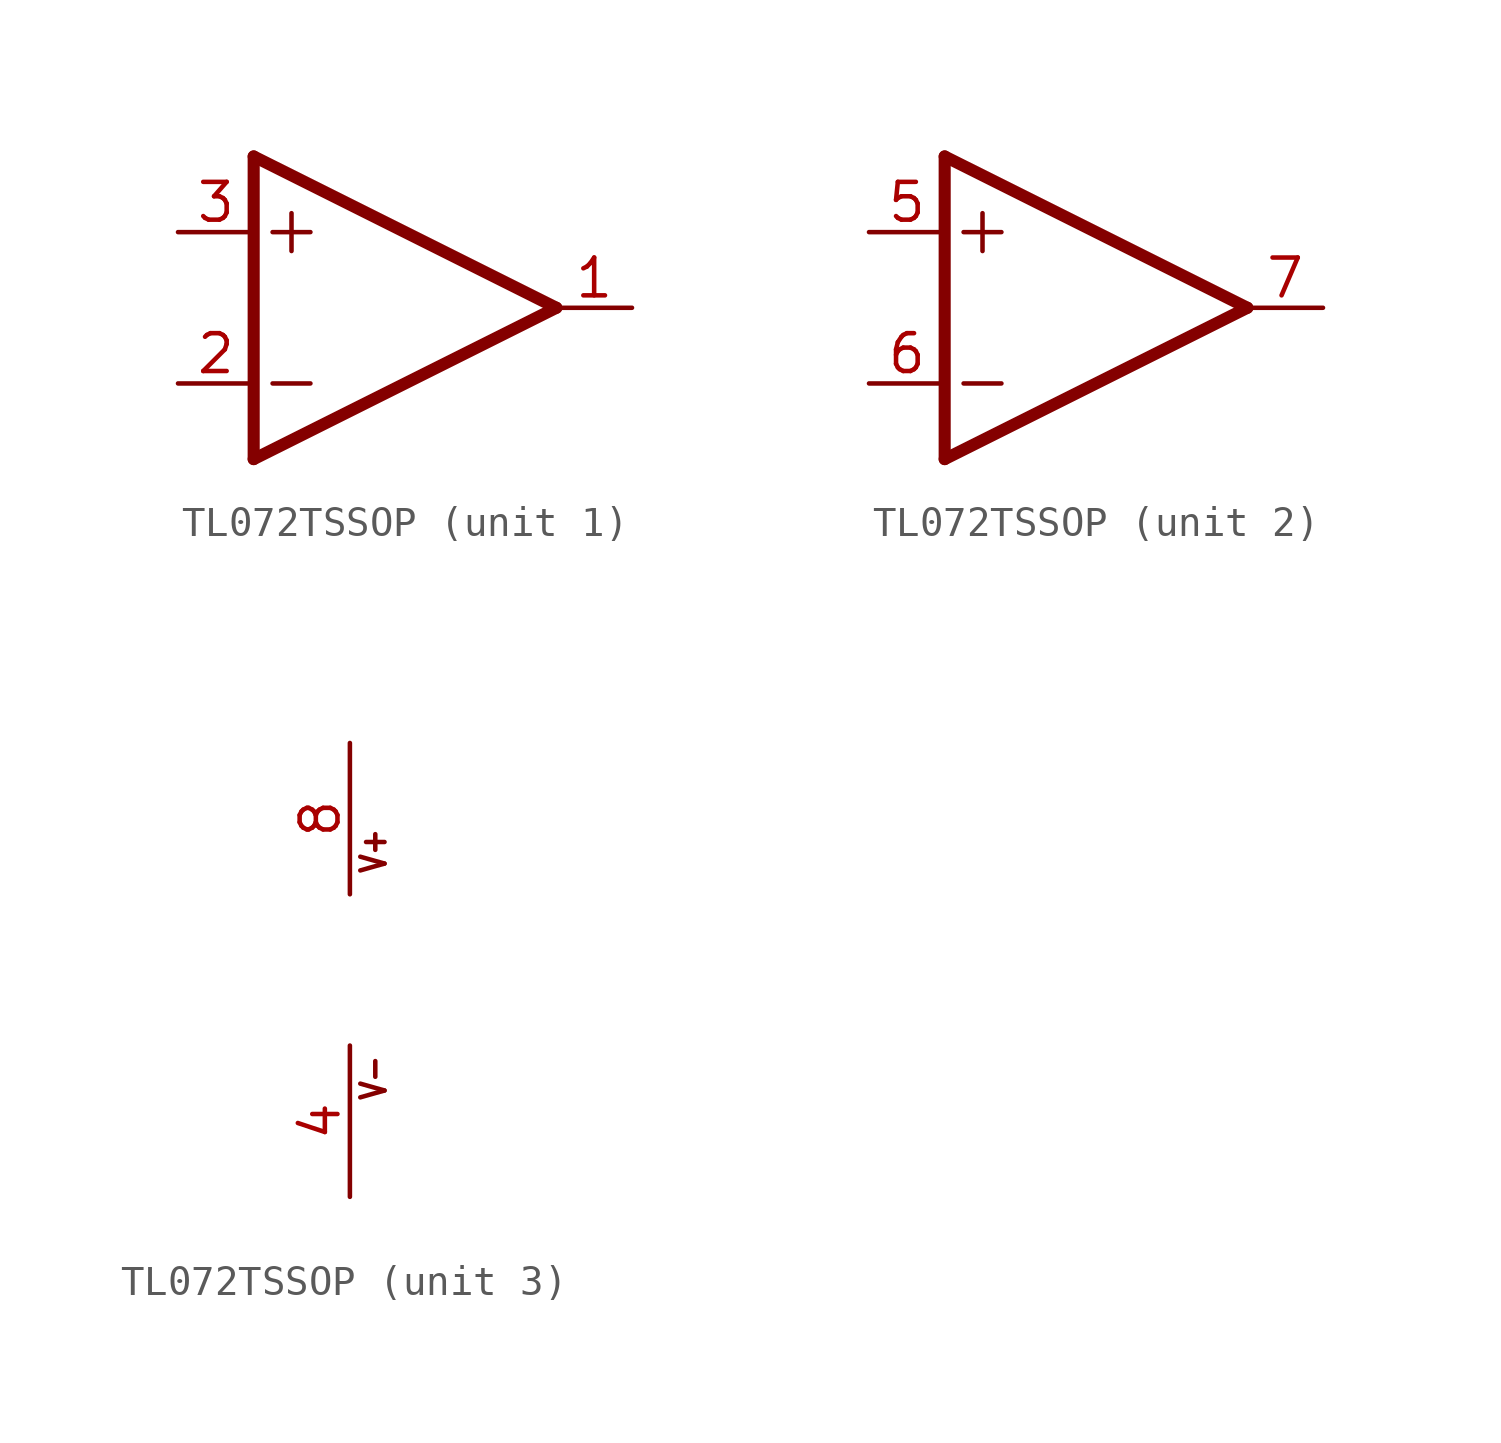
<source format=kicad_sym>
(kicad_symbol_lib
  (version 20211014)
  (generator kicad_symbol_editor)
  (symbol "TL072TSSOP"
    (property "Reference" "U"
      (at 2.54 3.175 0)
      (effects (font (size 1.778 1.511)) (justify left bottom) hide))
    (property "ki_locked" ""
      (at 0 0 0)
      (effects (font (size 1.27 1.27))))
    (symbol "TL072TSSOP_1_0"
      (polyline (pts (xy -5.08 -5.08) (xy 5.08 0)) (stroke (width 0.406) (type default) (color 0 0 0 0)) (fill (type none)))
      (polyline (pts (xy -5.08 5.08) (xy -5.08 -5.08)) (stroke (width 0.406) (type default) (color 0 0 0 0)) (fill (type none)))
      (polyline (pts (xy -4.445 -2.54) (xy -3.175 -2.54)) (stroke (width 0.152) (type default) (color 0 0 0 0)) (fill (type none)))
      (polyline (pts (xy -4.445 2.54) (xy -3.175 2.54)) (stroke (width 0.152) (type default) (color 0 0 0 0)) (fill (type none)))
      (polyline (pts (xy -3.81 3.175) (xy -3.81 1.905)) (stroke (width 0.152) (type default) (color 0 0 0 0)) (fill (type none)))
      (polyline (pts (xy 5.08 0) (xy -5.08 5.08)) (stroke (width 0.406) (type default) (color 0 0 0 0)) (fill (type none)))
      (pin output line (at 7.62 0 180) (length 2.54) (name "OUT" (effects (font (size 0 0)))) (number "1" (effects (font (size 1.27 1.27)))))
      (pin input line (at -7.62 -2.54 0) (length 2.54) (name "-IN" (effects (font (size 0 0)))) (number "2" (effects (font (size 1.27 1.27)))))
      (pin input line (at -7.62 2.54 0) (length 2.54) (name "+IN" (effects (font (size 0 0)))) (number "3" (effects (font (size 1.27 1.27))))))
    (symbol "TL072TSSOP_2_0"
      (polyline (pts (xy -5.08 -5.08) (xy 5.08 0)) (stroke (width 0.406) (type default) (color 0 0 0 0)) (fill (type none)))
      (polyline (pts (xy -5.08 5.08) (xy -5.08 -5.08)) (stroke (width 0.406) (type default) (color 0 0 0 0)) (fill (type none)))
      (polyline (pts (xy -4.445 -2.54) (xy -3.175 -2.54)) (stroke (width 0.152) (type default) (color 0 0 0 0)) (fill (type none)))
      (polyline (pts (xy -4.445 2.54) (xy -3.175 2.54)) (stroke (width 0.152) (type default) (color 0 0 0 0)) (fill (type none)))
      (polyline (pts (xy -3.81 3.175) (xy -3.81 1.905)) (stroke (width 0.152) (type default) (color 0 0 0 0)) (fill (type none)))
      (polyline (pts (xy 5.08 0) (xy -5.08 5.08)) (stroke (width 0.406) (type default) (color 0 0 0 0)) (fill (type none)))
      (pin input line (at -7.62 2.54 0) (length 2.54) (name "+IN" (effects (font (size 0 0)))) (number "5" (effects (font (size 1.27 1.27)))))
      (pin input line (at -7.62 -2.54 0) (length 2.54) (name "-IN" (effects (font (size 0 0)))) (number "6" (effects (font (size 1.27 1.27)))))
      (pin output line (at 7.62 0 180) (length 2.54) (name "OUT" (effects (font (size 0 0)))) (number "7" (effects (font (size 1.27 1.27))))))
    (symbol "TL072TSSOP_3_0"
      (text "V+" (at 1.27 3.175 900) (effects (font (size 0.813 0.691)) (justify left bottom)))
      (text "V-" (at 1.27 -4.445 900) (effects (font (size 0.813 0.691)) (justify left bottom)))
      (pin power_in line (at 0 -7.62 90) (length 5.08) (name "V-" (effects (font (size 0 0)))) (number "4" (effects (font (size 1.27 1.27)))))
      (pin power_in line (at 0 7.62 270) (length 5.08) (name "V+" (effects (font (size 0 0)))) (number "8" (effects (font (size 1.27 1.27))))))))
</source>
